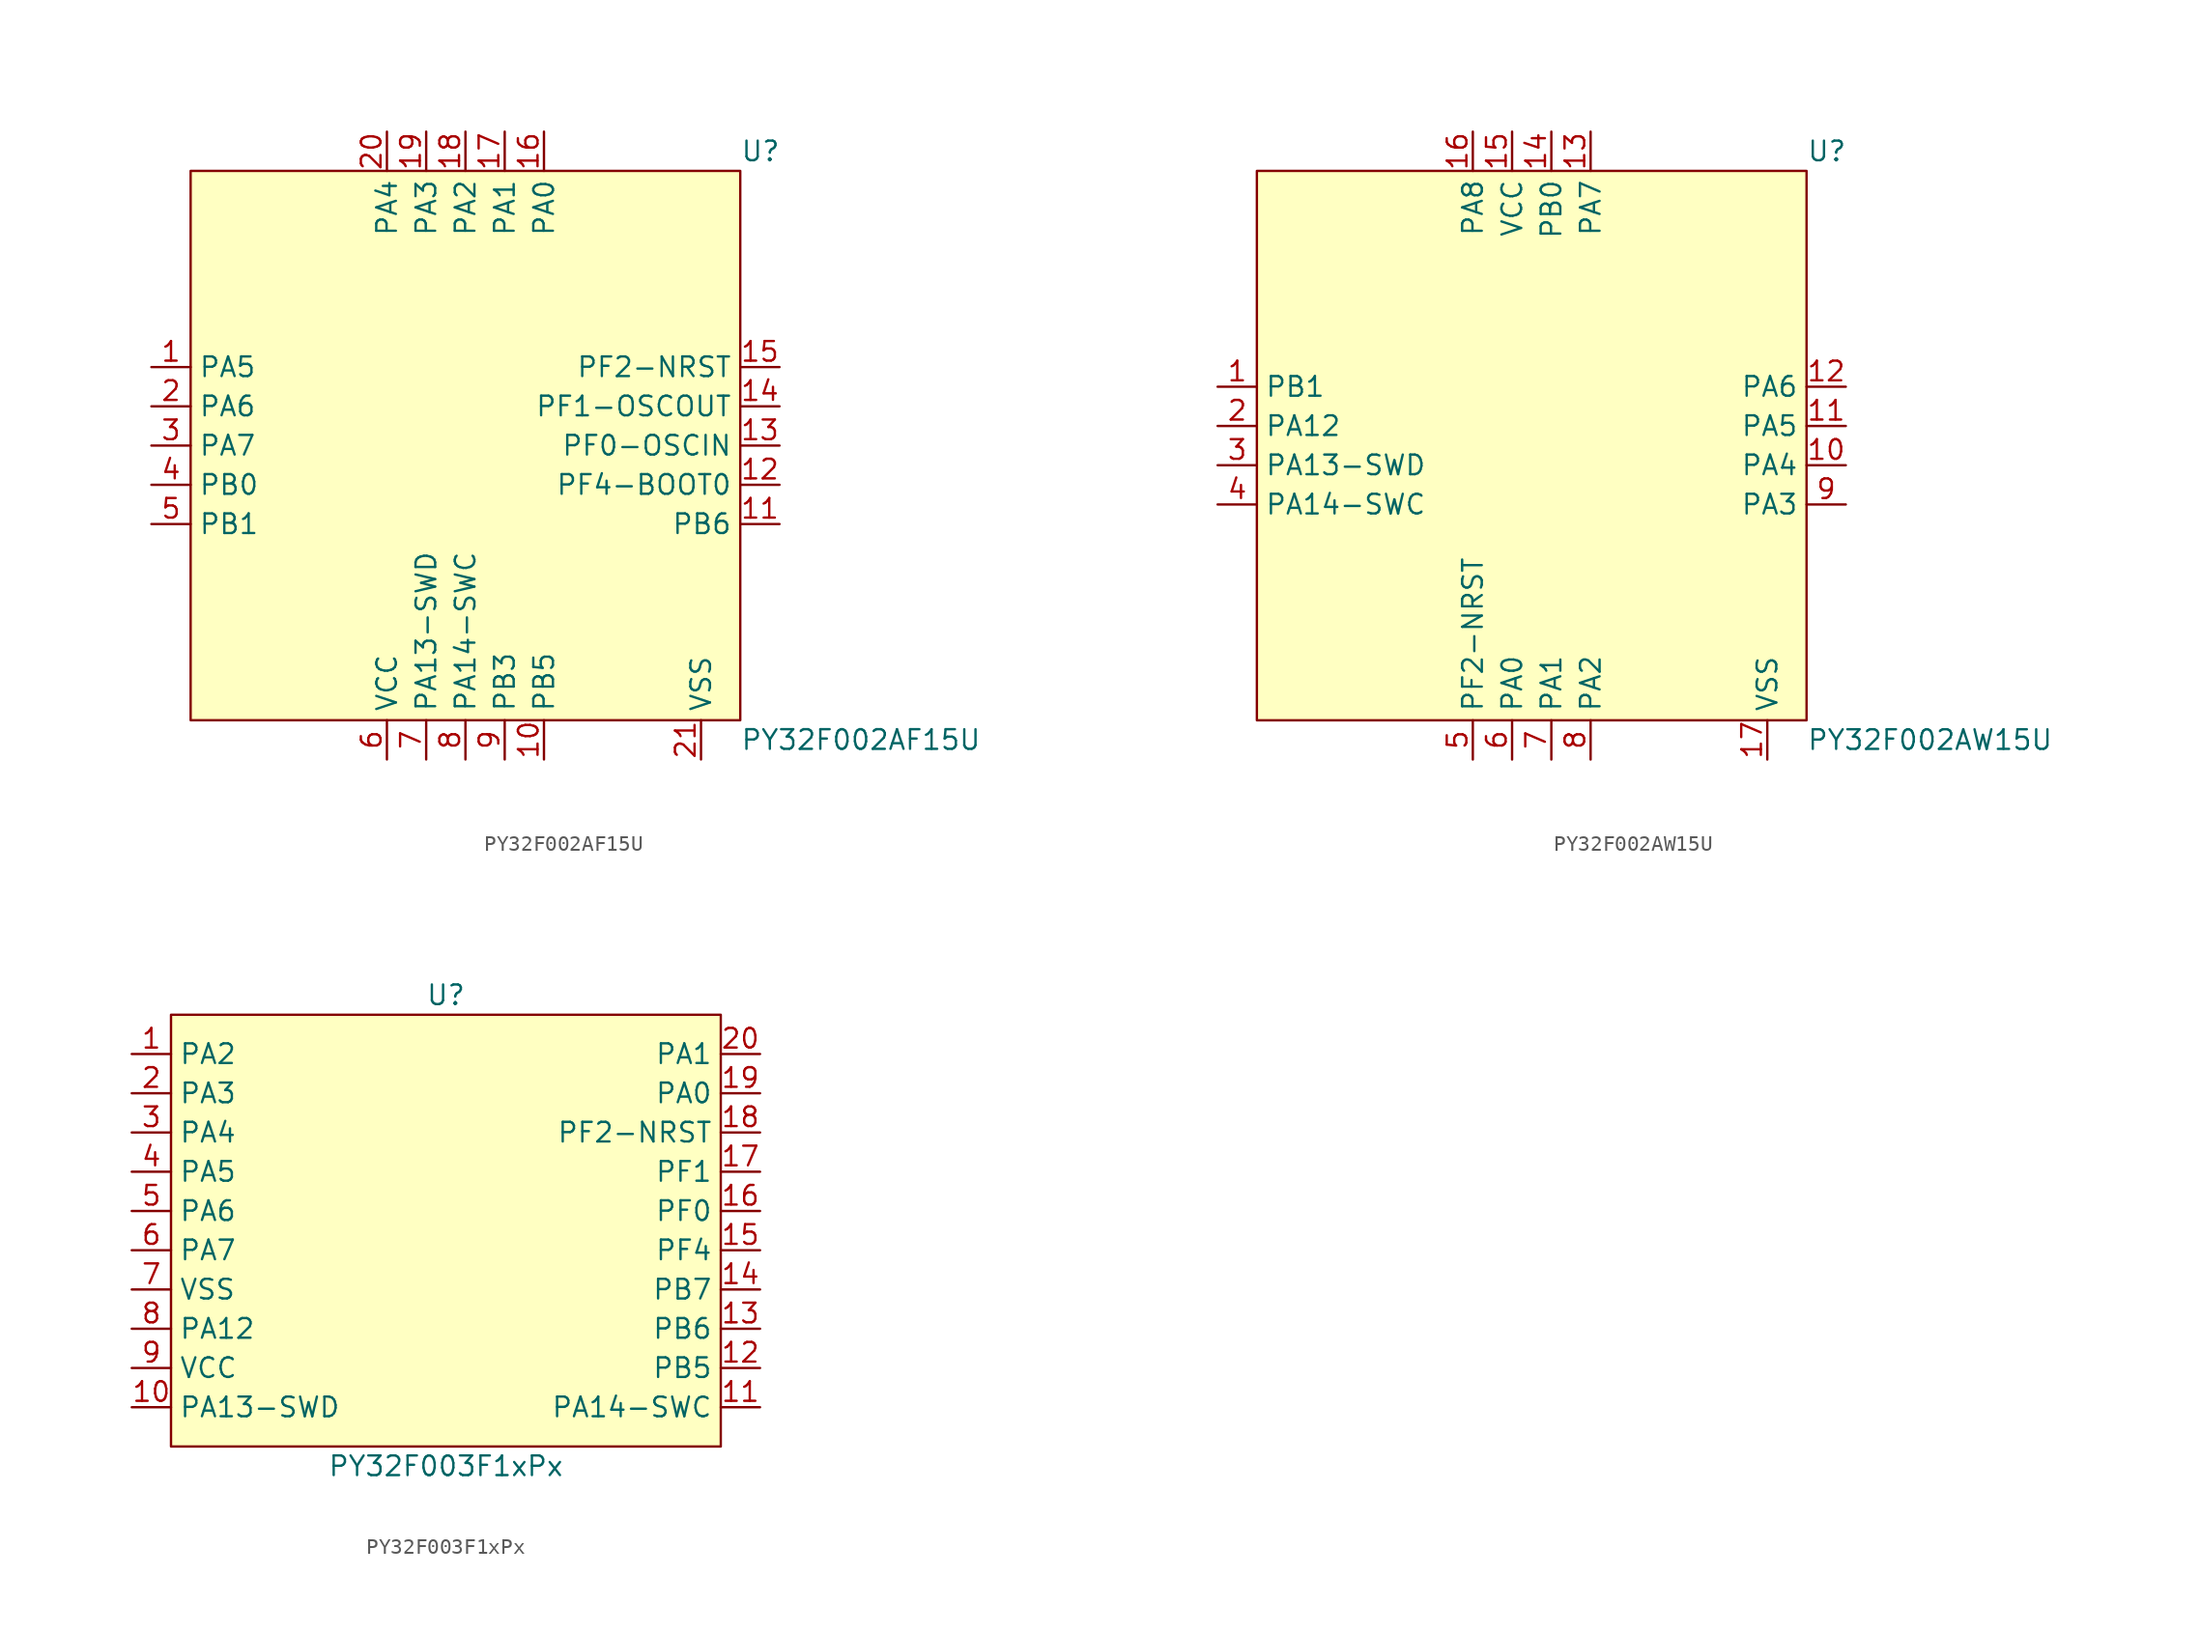
<source format=kicad_sym>
(kicad_symbol_lib
  (version 20241209)
  (generator "kicad_symbol_editor")
  (generator_version "9.0")
  (symbol "PY32F002AF15U"
    (property "Reference" "U"
      (at 17.78 19.05 0)
      (effects (font (size 1.27 1.27)) (justify left)))
    (property "Value" "PY32F002AF15U"
      (at 17.78 -19.05 0)
      (effects (font (size 1.27 1.27)) (justify left)))
    (symbol "PY32F002AF15U_0_0"
      (pin bidirectional line (at -20.32 5.08 0) (length 2.54) (name "PA5" (effects (font (size 1.27 1.27)))) (number "1" (effects (font (size 1.27 1.27)))))
      (pin bidirectional line (at -20.32 2.54 0) (length 2.54) (name "PA6" (effects (font (size 1.27 1.27)))) (number "2" (effects (font (size 1.27 1.27)))))
      (pin bidirectional line (at -20.32 0 0) (length 2.54) (name "PA7" (effects (font (size 1.27 1.27)))) (number "3" (effects (font (size 1.27 1.27)))))
      (pin bidirectional line (at -20.32 -2.54 0) (length 2.54) (name "PB0" (effects (font (size 1.27 1.27)))) (number "4" (effects (font (size 1.27 1.27)))))
      (pin bidirectional line (at -20.32 -5.08 0) (length 2.54) (name "PB1" (effects (font (size 1.27 1.27)))) (number "5" (effects (font (size 1.27 1.27)))))
      (pin bidirectional line (at -5.08 20.32 270) (length 2.54) (name "PA4" (effects (font (size 1.27 1.27)))) (number "20" (effects (font (size 1.27 1.27)))))
      (pin bidirectional line (at -5.08 -20.32 90) (length 2.54) (name "VCC" (effects (font (size 1.27 1.27)))) (number "6" (effects (font (size 1.27 1.27)))))
      (pin bidirectional line (at -2.54 20.32 270) (length 2.54) (name "PA3" (effects (font (size 1.27 1.27)))) (number "19" (effects (font (size 1.27 1.27)))))
      (pin bidirectional line (at -2.54 -20.32 90) (length 2.54) (name "PA13-SWD" (effects (font (size 1.27 1.27)))) (number "7" (effects (font (size 1.27 1.27)))))
      (pin bidirectional line (at 0 20.32 270) (length 2.54) (name "PA2" (effects (font (size 1.27 1.27)))) (number "18" (effects (font (size 1.27 1.27)))))
      (pin bidirectional line (at 0 -20.32 90) (length 2.54) (name "PA14-SWC" (effects (font (size 1.27 1.27)))) (number "8" (effects (font (size 1.27 1.27)))))
      (pin bidirectional line (at 2.54 20.32 270) (length 2.54) (name "PA1" (effects (font (size 1.27 1.27)))) (number "17" (effects (font (size 1.27 1.27)))))
      (pin bidirectional line (at 2.54 -20.32 90) (length 2.54) (name "PB3" (effects (font (size 1.27 1.27)))) (number "9" (effects (font (size 1.27 1.27)))))
      (pin bidirectional line (at 5.08 20.32 270) (length 2.54) (name "PA0" (effects (font (size 1.27 1.27)))) (number "16" (effects (font (size 1.27 1.27)))))
      (pin bidirectional line (at 5.08 -20.32 90) (length 2.54) (name "PB5" (effects (font (size 1.27 1.27)))) (number "10" (effects (font (size 1.27 1.27)))))
      (pin bidirectional line (at 20.32 5.08 180) (length 2.54) (name "PF2-NRST" (effects (font (size 1.27 1.27)))) (number "15" (effects (font (size 1.27 1.27)))))
      (pin bidirectional line (at 20.32 2.54 180) (length 2.54) (name "PF1-OSCOUT" (effects (font (size 1.27 1.27)))) (number "14" (effects (font (size 1.27 1.27)))))
      (pin bidirectional line (at 20.32 0 180) (length 2.54) (name "PF0-OSCIN" (effects (font (size 1.27 1.27)))) (number "13" (effects (font (size 1.27 1.27)))))
      (pin bidirectional line (at 20.32 -2.54 180) (length 2.54) (name "PF4-BOOT0" (effects (font (size 1.27 1.27)))) (number "12" (effects (font (size 1.27 1.27)))))
      (pin bidirectional line (at 20.32 -5.08 180) (length 2.54) (name "PB6" (effects (font (size 1.27 1.27)))) (number "11" (effects (font (size 1.27 1.27))))))
    (symbol "PY32F002AF15U_1_0"
      (pin bidirectional line (at 15.24 -20.32 90) (length 2.54) (name "VSS" (effects (font (size 1.27 1.27)))) (number "21" (effects (font (size 1.27 1.27))))))
    (symbol "PY32F002AF15U_1_1"
      (rectangle (start -17.78 17.78) (end 17.78 -17.78) (stroke (width 0) (type solid)) (fill (type background)))))
  (symbol "PY32F002AW15U"
    (property "Reference" "U"
      (at 19.05 17.78 0)
      (effects (font (size 1.27 1.27)) (justify left)))
    (property "Value" "PY32F002AW15U"
      (at 19.05 -20.32 0)
      (effects (font (size 1.27 1.27)) (justify left)))
    (symbol "PY32F002AW15U_0_0"
      (pin bidirectional line (at -19.05 2.54 0) (length 2.54) (name "PB1" (effects (font (size 1.27 1.27)))) (number "1" (effects (font (size 1.27 1.27)))))
      (pin bidirectional line (at -19.05 0 0) (length 2.54) (name "PA12" (effects (font (size 1.27 1.27)))) (number "2" (effects (font (size 1.27 1.27)))))
      (pin bidirectional line (at -19.05 -2.54 0) (length 2.54) (name "PA13-SWD" (effects (font (size 1.27 1.27)))) (number "3" (effects (font (size 1.27 1.27)))))
      (pin bidirectional line (at -19.05 -5.08 0) (length 2.54) (name "PA14-SWC" (effects (font (size 1.27 1.27)))) (number "4" (effects (font (size 1.27 1.27)))))
      (pin bidirectional line (at -2.54 19.05 270) (length 2.54) (name "PA8" (effects (font (size 1.27 1.27)))) (number "16" (effects (font (size 1.27 1.27)))))
      (pin bidirectional line (at -2.54 -21.59 90) (length 2.54) (name "PF2-NRST" (effects (font (size 1.27 1.27)))) (number "5" (effects (font (size 1.27 1.27)))))
      (pin bidirectional line (at 0 19.05 270) (length 2.54) (name "VCC" (effects (font (size 1.27 1.27)))) (number "15" (effects (font (size 1.27 1.27)))))
      (pin bidirectional line (at 0 -21.59 90) (length 2.54) (name "PA0" (effects (font (size 1.27 1.27)))) (number "6" (effects (font (size 1.27 1.27)))))
      (pin bidirectional line (at 2.54 19.05 270) (length 2.54) (name "PB0" (effects (font (size 1.27 1.27)))) (number "14" (effects (font (size 1.27 1.27)))))
      (pin bidirectional line (at 2.54 -21.59 90) (length 2.54) (name "PA1" (effects (font (size 1.27 1.27)))) (number "7" (effects (font (size 1.27 1.27)))))
      (pin bidirectional line (at 5.08 19.05 270) (length 2.54) (name "PA7" (effects (font (size 1.27 1.27)))) (number "13" (effects (font (size 1.27 1.27)))))
      (pin bidirectional line (at 5.08 -21.59 90) (length 2.54) (name "PA2" (effects (font (size 1.27 1.27)))) (number "8" (effects (font (size 1.27 1.27)))))
      (pin bidirectional line (at 21.59 2.54 180) (length 2.54) (name "PA6" (effects (font (size 1.27 1.27)))) (number "12" (effects (font (size 1.27 1.27)))))
      (pin bidirectional line (at 21.59 0 180) (length 2.54) (name "PA5" (effects (font (size 1.27 1.27)))) (number "11" (effects (font (size 1.27 1.27)))))
      (pin bidirectional line (at 21.59 -2.54 180) (length 2.54) (name "PA4" (effects (font (size 1.27 1.27)))) (number "10" (effects (font (size 1.27 1.27)))))
      (pin bidirectional line (at 21.59 -5.08 180) (length 2.54) (name "PA3" (effects (font (size 1.27 1.27)))) (number "9" (effects (font (size 1.27 1.27))))))
    (symbol "PY32F002AW15U_1_0"
      (pin bidirectional line (at 16.51 -21.59 90) (length 2.54) (name "VSS" (effects (font (size 1.27 1.27)))) (number "17" (effects (font (size 1.27 1.27))))))
    (symbol "PY32F002AW15U_1_1"
      (rectangle (start -16.51 16.51) (end 19.05 -19.05) (stroke (width 0) (type solid)) (fill (type background)))))
  (symbol "PY32F003F1xPx"
    (property "Reference" "U"
      (at 0 13.97 0)
      (effects (font (size 1.27 1.27))))
    (property "Value" "PY32F003F1xPx"
      (at 0 -16.51 0)
      (effects (font (size 1.27 1.27))))
    (symbol "PY32F003F1xPx_0_0"
      (pin bidirectional line (at -20.32 10.16 0) (length 2.54) (name "PA2" (effects (font (size 1.27 1.27)))) (number "1" (effects (font (size 1.27 1.27)))))
      (pin bidirectional line (at -20.32 7.62 0) (length 2.54) (name "PA3" (effects (font (size 1.27 1.27)))) (number "2" (effects (font (size 1.27 1.27)))))
      (pin bidirectional line (at -20.32 5.08 0) (length 2.54) (name "PA4" (effects (font (size 1.27 1.27)))) (number "3" (effects (font (size 1.27 1.27)))))
      (pin bidirectional line (at -20.32 2.54 0) (length 2.54) (name "PA5" (effects (font (size 1.27 1.27)))) (number "4" (effects (font (size 1.27 1.27)))))
      (pin bidirectional line (at -20.32 0 0) (length 2.54) (name "PA6" (effects (font (size 1.27 1.27)))) (number "5" (effects (font (size 1.27 1.27)))))
      (pin bidirectional line (at -20.32 -2.54 0) (length 2.54) (name "PA7" (effects (font (size 1.27 1.27)))) (number "6" (effects (font (size 1.27 1.27)))))
      (pin bidirectional line (at -20.32 -5.08 0) (length 2.54) (name "VSS" (effects (font (size 1.27 1.27)))) (number "7" (effects (font (size 1.27 1.27)))))
      (pin bidirectional line (at -20.32 -7.62 0) (length 2.54) (name "PA12" (effects (font (size 1.27 1.27)))) (number "8" (effects (font (size 1.27 1.27)))))
      (pin bidirectional line (at -20.32 -10.16 0) (length 2.54) (name "VCC" (effects (font (size 1.27 1.27)))) (number "9" (effects (font (size 1.27 1.27)))))
      (pin bidirectional line (at -20.32 -12.7 0) (length 2.54) (name "PA13-SWD" (effects (font (size 1.27 1.27)))) (number "10" (effects (font (size 1.27 1.27)))))
      (pin bidirectional line (at 20.32 10.16 180) (length 2.54) (name "PA1" (effects (font (size 1.27 1.27)))) (number "20" (effects (font (size 1.27 1.27)))))
      (pin bidirectional line (at 20.32 7.62 180) (length 2.54) (name "PA0" (effects (font (size 1.27 1.27)))) (number "19" (effects (font (size 1.27 1.27)))))
      (pin bidirectional line (at 20.32 5.08 180) (length 2.54) (name "PF2-NRST" (effects (font (size 1.27 1.27)))) (number "18" (effects (font (size 1.27 1.27)))))
      (pin bidirectional line (at 20.32 2.54 180) (length 2.54) (name "PF1" (effects (font (size 1.27 1.27)))) (number "17" (effects (font (size 1.27 1.27)))))
      (pin bidirectional line (at 20.32 0 180) (length 2.54) (name "PF0" (effects (font (size 1.27 1.27)))) (number "16" (effects (font (size 1.27 1.27)))))
      (pin bidirectional line (at 20.32 -2.54 180) (length 2.54) (name "PF4" (effects (font (size 1.27 1.27)))) (number "15" (effects (font (size 1.27 1.27)))))
      (pin bidirectional line (at 20.32 -5.08 180) (length 2.54) (name "PB7" (effects (font (size 1.27 1.27)))) (number "14" (effects (font (size 1.27 1.27)))))
      (pin bidirectional line (at 20.32 -7.62 180) (length 2.54) (name "PB6" (effects (font (size 1.27 1.27)))) (number "13" (effects (font (size 1.27 1.27)))))
      (pin bidirectional line (at 20.32 -10.16 180) (length 2.54) (name "PB5" (effects (font (size 1.27 1.27)))) (number "12" (effects (font (size 1.27 1.27)))))
      (pin bidirectional line (at 20.32 -12.7 180) (length 2.54) (name "PA14-SWC" (effects (font (size 1.27 1.27)))) (number "11" (effects (font (size 1.27 1.27))))))
    (symbol "PY32F003F1xPx_1_1"
      (rectangle (start -17.78 12.7) (end 17.78 -15.24) (stroke (width 0) (type solid)) (fill (type background))))))
</source>
